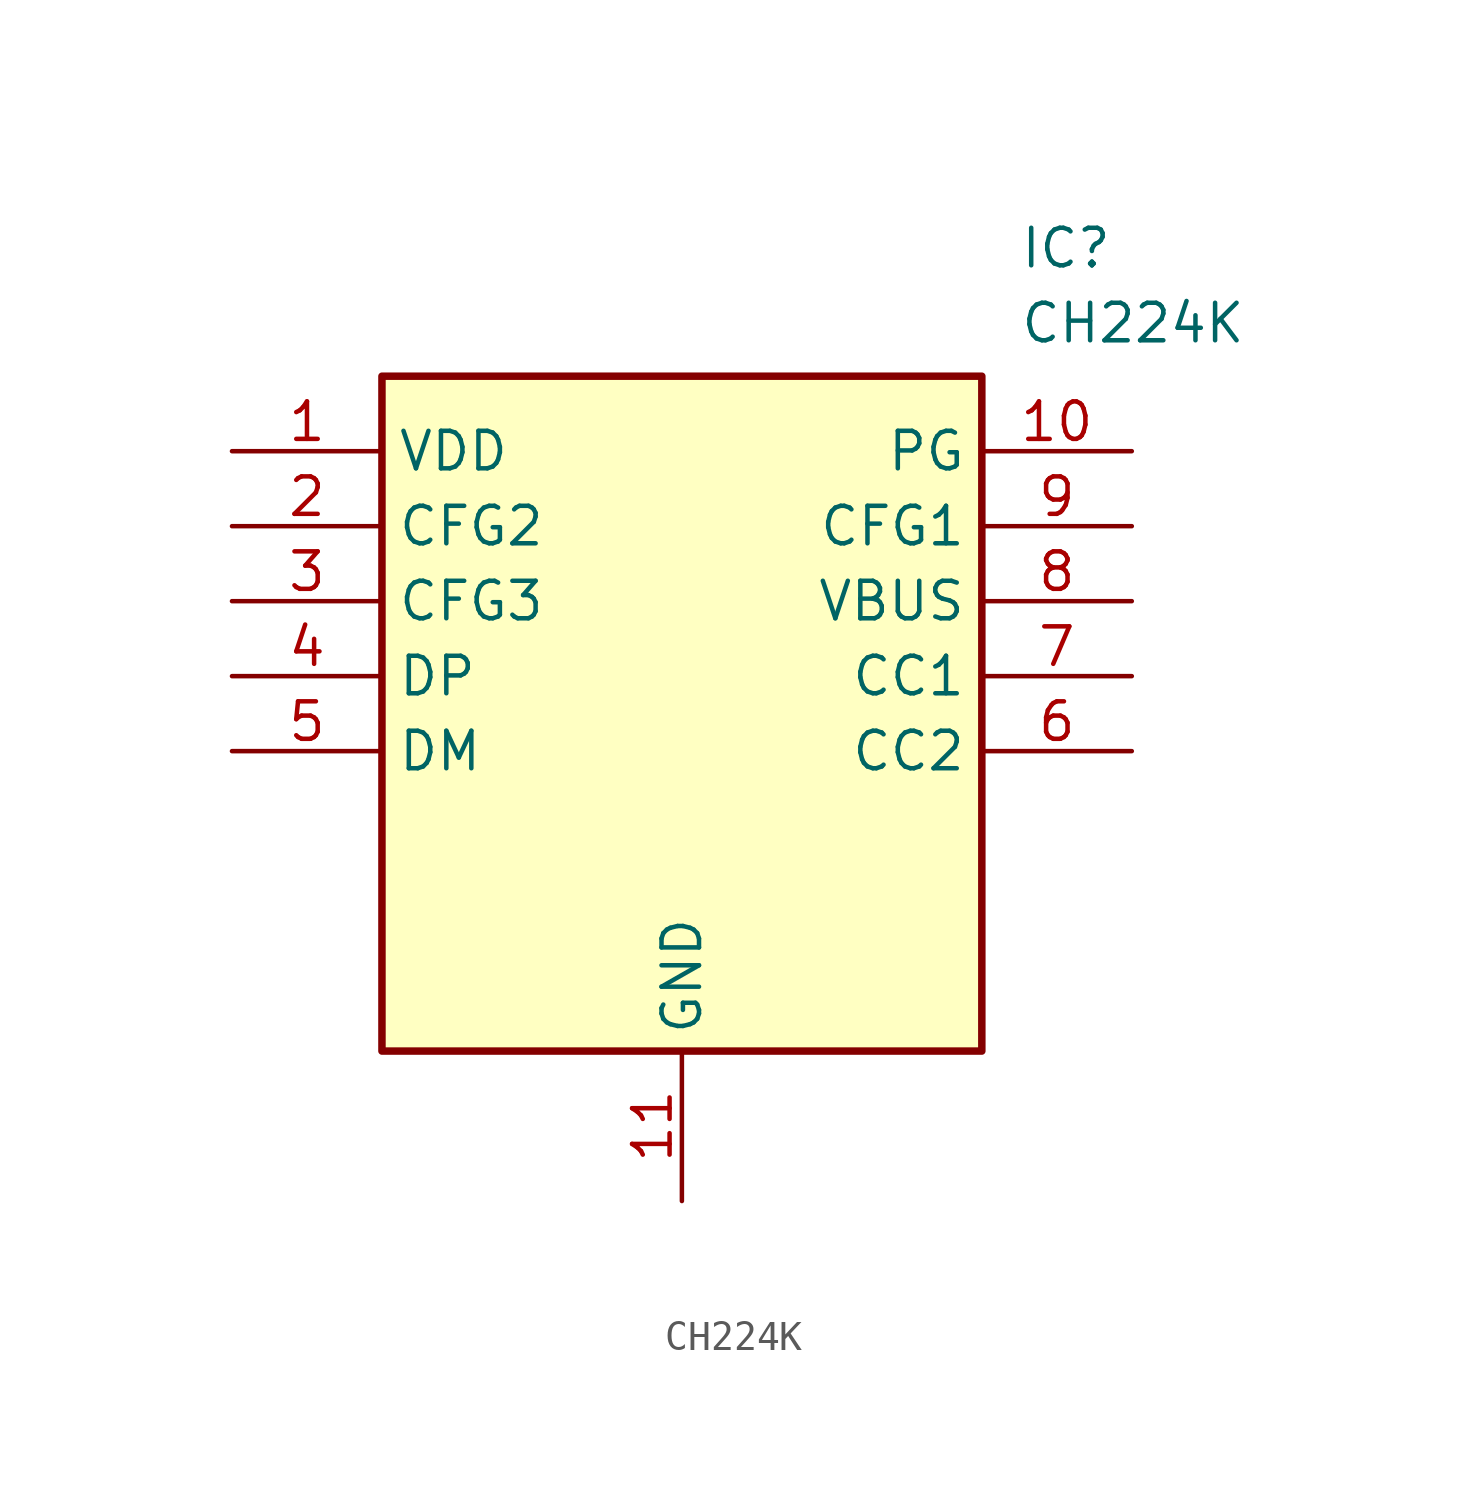
<source format=kicad_sym>
(kicad_symbol_lib
  (version 20211014)
  (generator SamacSys_ECAD_Model)
  (symbol "CH224K"
    (property "Reference" "IC"
      (at 26.67 7.62 0)
      (effects (font (size 1.27 1.27)) (justify left top)))
    (property "Value" "CH224K"
      (at 26.67 5.08 0)
      (effects (font (size 1.27 1.27)) (justify left top)))
    (rectangle
      (start 5.08 2.54)
      (end 25.4 -20.32)
      (stroke (width 0.254) (type default))
      (fill (type background)))
    (pin passive line
      (at 0 0 0)
      (length 5.08)
      (name "VDD" (effects (font (size 1.27 1.27))))
      (number "1" (effects (font (size 1.27 1.27)))))
    (pin passive line
      (at 0 -2.54 0)
      (length 5.08)
      (name "CFG2" (effects (font (size 1.27 1.27))))
      (number "2" (effects (font (size 1.27 1.27)))))
    (pin passive line
      (at 0 -5.08 0)
      (length 5.08)
      (name "CFG3" (effects (font (size 1.27 1.27))))
      (number "3" (effects (font (size 1.27 1.27)))))
    (pin passive line
      (at 0 -7.62 0)
      (length 5.08)
      (name "DP" (effects (font (size 1.27 1.27))))
      (number "4" (effects (font (size 1.27 1.27)))))
    (pin passive line
      (at 0 -10.16 0)
      (length 5.08)
      (name "DM" (effects (font (size 1.27 1.27))))
      (number "5" (effects (font (size 1.27 1.27)))))
    (pin passive line
      (at 15.24 -25.4 90)
      (length 5.08)
      (name "GND" (effects (font (size 1.27 1.27))))
      (number "11" (effects (font (size 1.27 1.27)))))
    (pin passive line
      (at 30.48 0 180)
      (length 5.08)
      (name "PG" (effects (font (size 1.27 1.27))))
      (number "10" (effects (font (size 1.27 1.27)))))
    (pin passive line
      (at 30.48 -2.54 180)
      (length 5.08)
      (name "CFG1" (effects (font (size 1.27 1.27))))
      (number "9" (effects (font (size 1.27 1.27)))))
    (pin passive line
      (at 30.48 -5.08 180)
      (length 5.08)
      (name "VBUS" (effects (font (size 1.27 1.27))))
      (number "8" (effects (font (size 1.27 1.27)))))
    (pin passive line
      (at 30.48 -7.62 180)
      (length 5.08)
      (name "CC1" (effects (font (size 1.27 1.27))))
      (number "7" (effects (font (size 1.27 1.27)))))
    (pin passive line
      (at 30.48 -10.16 180)
      (length 5.08)
      (name "CC2" (effects (font (size 1.27 1.27))))
      (number "6" (effects (font (size 1.27 1.27)))))))
</source>
